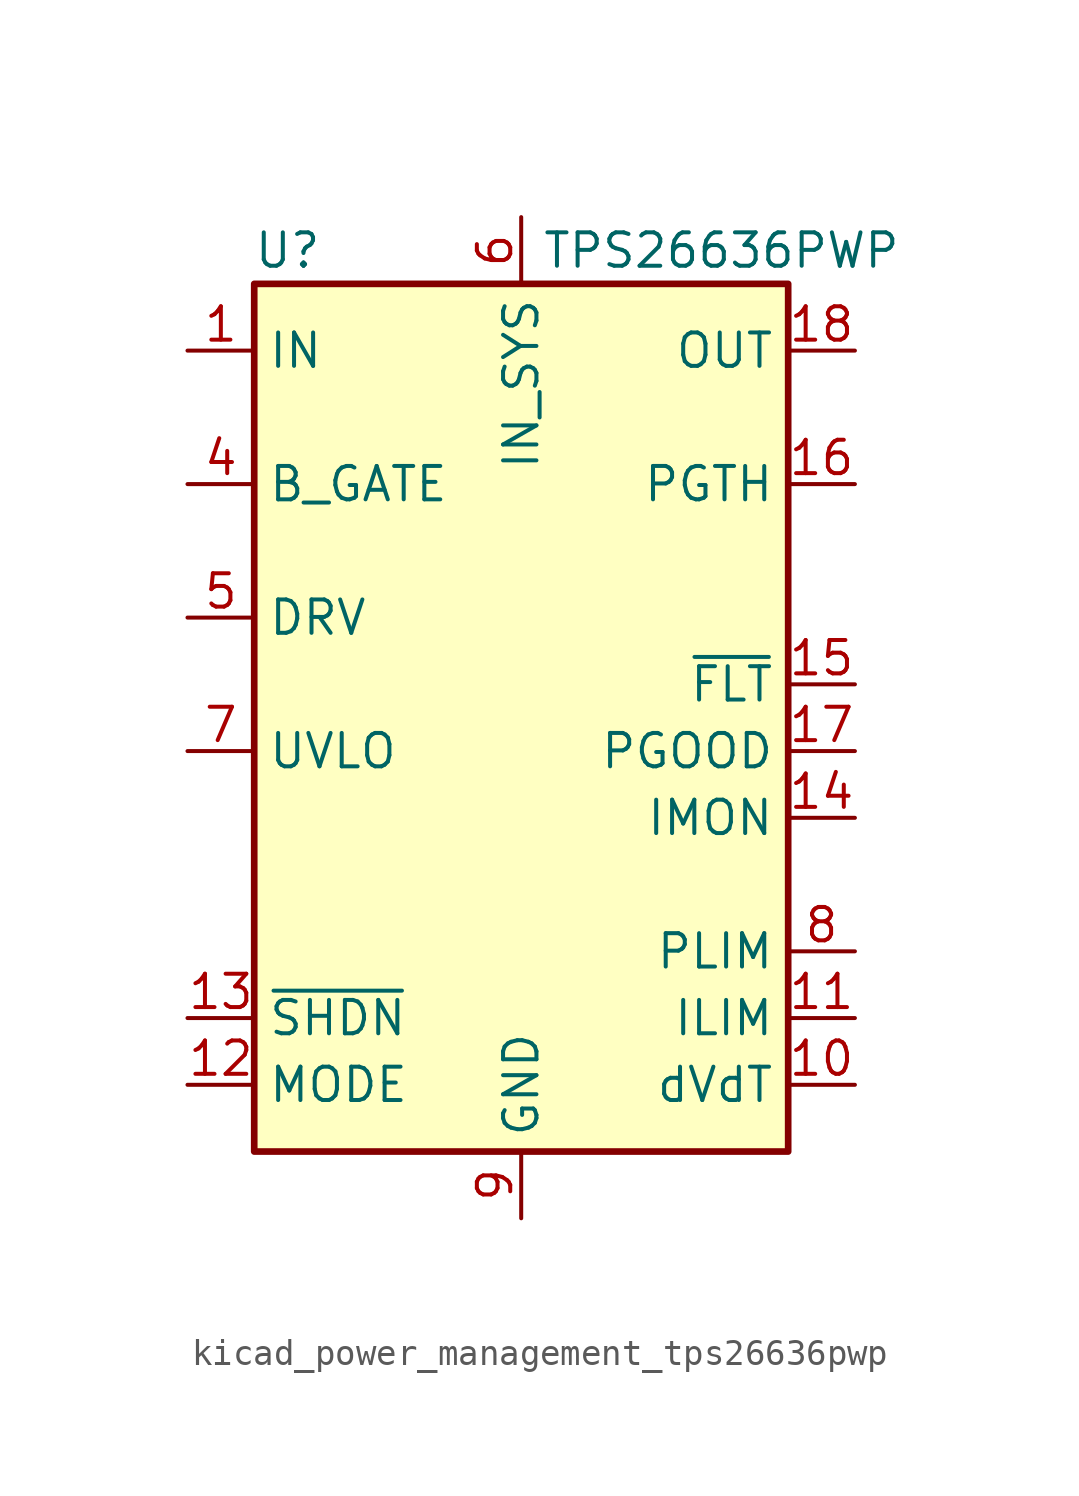
<source format=kicad_sym>
(kicad_symbol_lib
  (version 20220914)
  (generator kicad_symbol_editor)
  (symbol "kicad_power_management_tps26636pwp"
    (property "Reference" "U"
      (at -8.89 16.51 0)
      (effects (font (size 1.27 1.27))))
    (property "Value" "TPS26636PWP"
      (at 7.62 16.51 0)
      (effects (font (size 1.27 1.27))))
    (symbol "kicad_power_management_tps26636pwp_0_1"
      (rectangle (start -10.16 15.24) (end 10.16 -17.78) (stroke (width 0.254) (type default)) (fill (type background))))
    (symbol "kicad_power_management_tps26636pwp_1_1"
      (pin power_in line (at -12.7 12.7 0) (length 2.54) (name "IN" (effects (font (size 1.27 1.27)))) (number "1" (effects (font (size 1.27 1.27)))))
      (pin passive line (at 12.7 -15.24 180) (length 2.54) (name "dVdT" (effects (font (size 1.27 1.27)))) (number "10" (effects (font (size 1.27 1.27)))))
      (pin passive line (at 12.7 -12.7 180) (length 2.54) (name "ILIM" (effects (font (size 1.27 1.27)))) (number "11" (effects (font (size 1.27 1.27)))))
      (pin input line (at -12.7 -15.24 0) (length 2.54) (name "MODE" (effects (font (size 1.27 1.27)))) (number "12" (effects (font (size 1.27 1.27)))))
      (pin input line (at -12.7 -12.7 0) (length 2.54) (name "~{SHDN}" (effects (font (size 1.27 1.27)))) (number "13" (effects (font (size 1.27 1.27)))))
      (pin output line (at 12.7 -5.08 180) (length 2.54) (name "IMON" (effects (font (size 1.27 1.27)))) (number "14" (effects (font (size 1.27 1.27)))))
      (pin open_collector line (at 12.7 0 180) (length 2.54) (name "~{FLT}" (effects (font (size 1.27 1.27)))) (number "15" (effects (font (size 1.27 1.27)))))
      (pin input line (at 12.7 7.62 180) (length 2.54) (name "PGTH" (effects (font (size 1.27 1.27)))) (number "16" (effects (font (size 1.27 1.27)))))
      (pin output line (at 12.7 -2.54 180) (length 2.54) (name "PGOOD" (effects (font (size 1.27 1.27)))) (number "17" (effects (font (size 1.27 1.27)))))
      (pin power_out line (at 12.7 12.7 180) (length 2.54) (name "OUT" (effects (font (size 1.27 1.27)))) (number "18" (effects (font (size 1.27 1.27)))))
      (pin passive line (at 12.7 12.7 180) (length 2.54) hide (name "OUT" (effects (font (size 1.27 1.27)))) (number "19" (effects (font (size 1.27 1.27)))))
      (pin passive line (at -12.7 12.7 0) (length 2.54) hide (name "IN" (effects (font (size 1.27 1.27)))) (number "2" (effects (font (size 1.27 1.27)))))
      (pin passive line (at 12.7 12.7 180) (length 2.54) hide (name "OUT" (effects (font (size 1.27 1.27)))) (number "20" (effects (font (size 1.27 1.27)))))
      (pin passive line (at 0 -20.32 90) (length 2.54) hide (name "GND" (effects (font (size 1.27 1.27)))) (number "21" (effects (font (size 1.27 1.27)))))
      (pin passive line (at -12.7 12.7 0) (length 2.54) hide (name "IN" (effects (font (size 1.27 1.27)))) (number "3" (effects (font (size 1.27 1.27)))))
      (pin output line (at -12.7 7.62 0) (length 2.54) (name "B_GATE" (effects (font (size 1.27 1.27)))) (number "4" (effects (font (size 1.27 1.27)))))
      (pin output line (at -12.7 2.54 0) (length 2.54) (name "DRV" (effects (font (size 1.27 1.27)))) (number "5" (effects (font (size 1.27 1.27)))))
      (pin power_in line (at 0 17.78 270) (length 2.54) (name "IN_SYS" (effects (font (size 1.27 1.27)))) (number "6" (effects (font (size 1.27 1.27)))))
      (pin input line (at -12.7 -2.54 0) (length 2.54) (name "UVLO" (effects (font (size 1.27 1.27)))) (number "7" (effects (font (size 1.27 1.27)))))
      (pin passive line (at 12.7 -10.16 180) (length 2.54) (name "PLIM" (effects (font (size 1.27 1.27)))) (number "8" (effects (font (size 1.27 1.27)))))
      (pin power_in line (at 0 -20.32 90) (length 2.54) (name "GND" (effects (font (size 1.27 1.27)))) (number "9" (effects (font (size 1.27 1.27))))))))
</source>
